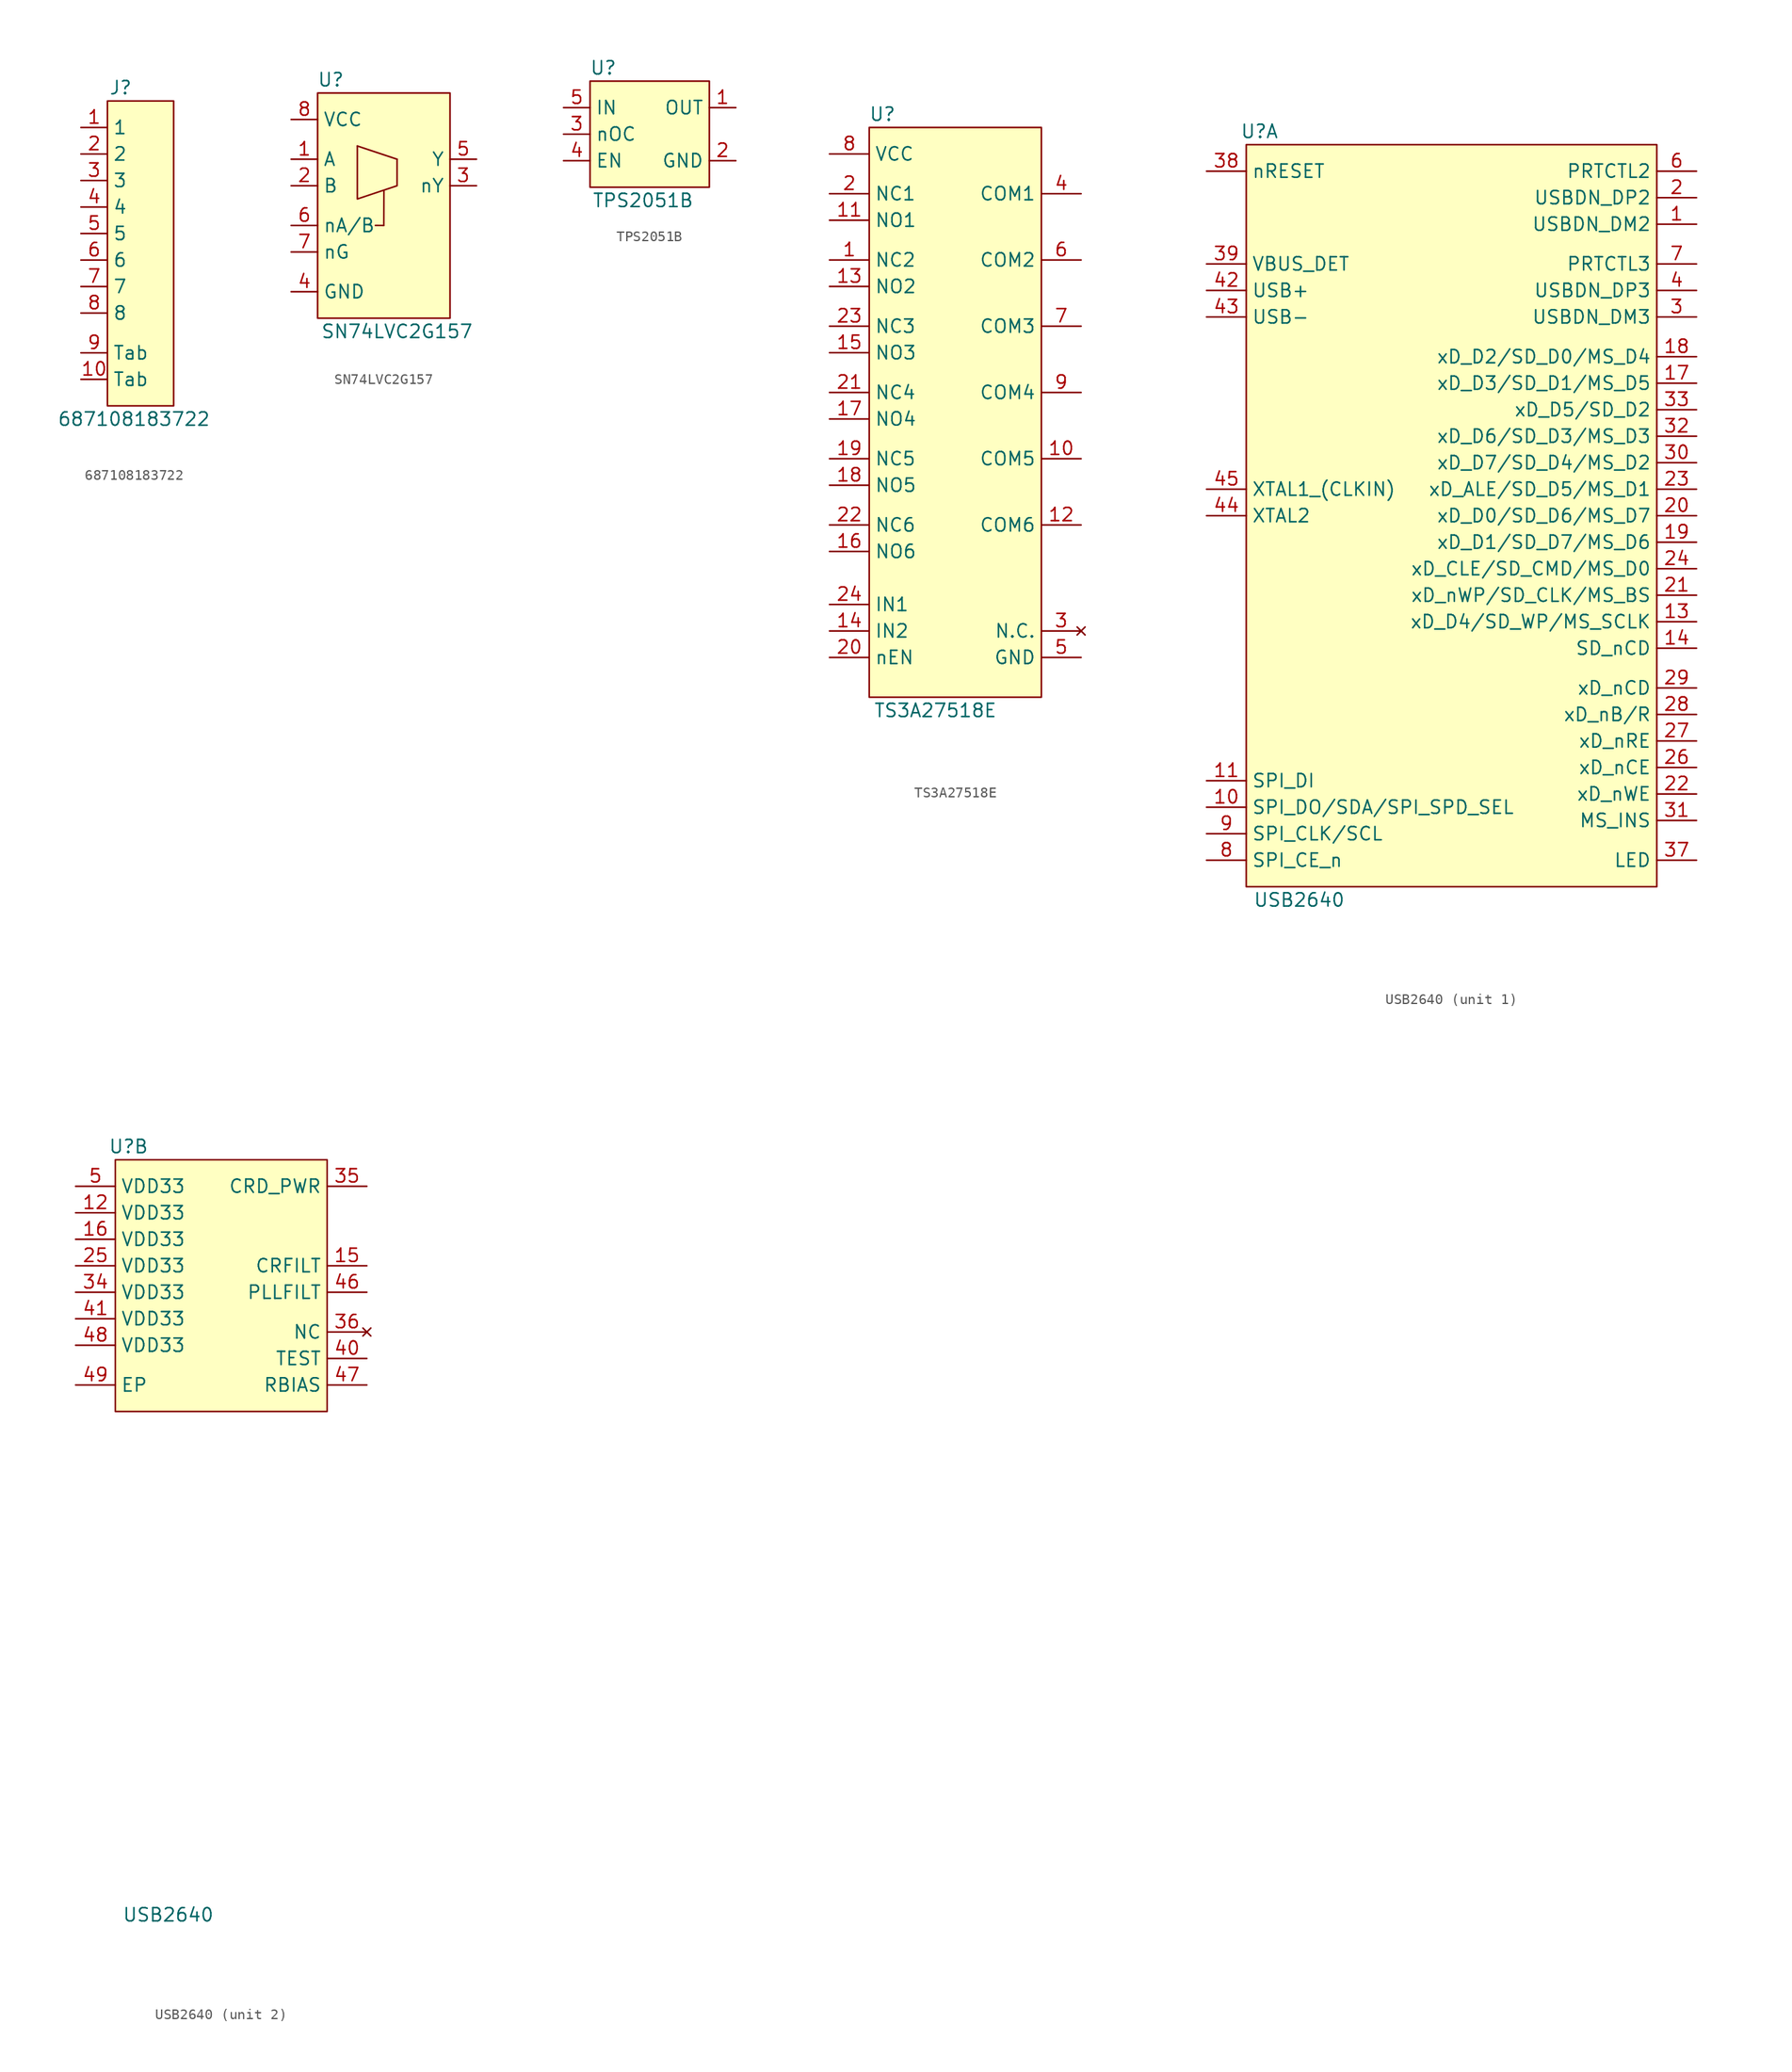
<source format=kicad_sym>
(kicad_symbol_lib
  (version 20211014)
  (generator kicad_symbol_editor)
  (symbol "687108183722"
    (property "Reference" "J"
      (at 1.27 1.27 0)
      (effects (font (size 1.27 1.27))))
    (property "Value" "687108183722"
      (at 2.54 -30.48 0)
      (effects (font (size 1.27 1.27))))
    (symbol "687108183722_0_1"
      (rectangle (start 0 0) (end 6.35 -29.21) (stroke (width 0.152) (type default) (color 0 0 0 0)) (fill (type background))))
    (symbol "687108183722_1_1"
      (pin passive line (at -2.54 -2.54 0) (length 2.54) (name "1" (effects (font (size 1.27 1.27)))) (number "1" (effects (font (size 1.27 1.27)))))
      (pin passive line (at -2.54 -26.67 0) (length 2.54) (name "Tab" (effects (font (size 1.27 1.27)))) (number "10" (effects (font (size 1.27 1.27)))))
      (pin passive line (at -2.54 -5.08 0) (length 2.54) (name "2" (effects (font (size 1.27 1.27)))) (number "2" (effects (font (size 1.27 1.27)))))
      (pin passive line (at -2.54 -7.62 0) (length 2.54) (name "3" (effects (font (size 1.27 1.27)))) (number "3" (effects (font (size 1.27 1.27)))))
      (pin passive line (at -2.54 -10.16 0) (length 2.54) (name "4" (effects (font (size 1.27 1.27)))) (number "4" (effects (font (size 1.27 1.27)))))
      (pin passive line (at -2.54 -12.7 0) (length 2.54) (name "5" (effects (font (size 1.27 1.27)))) (number "5" (effects (font (size 1.27 1.27)))))
      (pin passive line (at -2.54 -15.24 0) (length 2.54) (name "6" (effects (font (size 1.27 1.27)))) (number "6" (effects (font (size 1.27 1.27)))))
      (pin passive line (at -2.54 -17.78 0) (length 2.54) (name "7" (effects (font (size 1.27 1.27)))) (number "7" (effects (font (size 1.27 1.27)))))
      (pin passive line (at -2.54 -20.32 0) (length 2.54) (name "8" (effects (font (size 1.27 1.27)))) (number "8" (effects (font (size 1.27 1.27)))))
      (pin passive line (at -2.54 -24.13 0) (length 2.54) (name "Tab" (effects (font (size 1.27 1.27)))) (number "9" (effects (font (size 1.27 1.27)))))))
  (symbol "SN74LVC2G157"
    (property "Reference" "U"
      (at 1.27 1.27 0)
      (effects (font (size 1.27 1.27))))
    (property "Value" "SN74LVC2G157"
      (at 7.62 -22.86 0)
      (effects (font (size 1.27 1.27))))
    (symbol "SN74LVC2G157_0_1"
      (polyline (pts (xy 3.81 -5.08) (xy 7.62 -6.35)) (stroke (width 0.152) (type default) (color 0 0 0 0)) (fill (type none)))
      (polyline (pts (xy 6.35 -12.7) (xy 5.539 -12.695)) (stroke (width 0.152) (type default) (color 0 0 0 0)) (fill (type none)))
      (polyline (pts (xy 6.35 -12.7) (xy 6.361 -9.349)) (stroke (width 0.152) (type default) (color 0 0 0 0)) (fill (type none)))
      (polyline (pts (xy 3.81 -5.08) (xy 3.81 -10.16) (xy 7.62 -8.89) (xy 7.62 -6.35)) (stroke (width 0.152) (type default) (color 0 0 0 0)) (fill (type none)))
      (rectangle (start 0 0) (end 12.7 -21.59) (stroke (width 0.152) (type default) (color 0 0 0 0)) (fill (type background))))
    (symbol "SN74LVC2G157_1_1"
      (pin input line (at -2.54 -6.35 0) (length 2.54) (name "A" (effects (font (size 1.27 1.27)))) (number "1" (effects (font (size 1.27 1.27)))))
      (pin input line (at -2.54 -8.89 0) (length 2.54) (name "B" (effects (font (size 1.27 1.27)))) (number "2" (effects (font (size 1.27 1.27)))))
      (pin output line (at 15.24 -8.89 180) (length 2.54) (name "nY" (effects (font (size 1.27 1.27)))) (number "3" (effects (font (size 1.27 1.27)))))
      (pin power_in line (at -2.54 -19.05 0) (length 2.54) (name "GND" (effects (font (size 1.27 1.27)))) (number "4" (effects (font (size 1.27 1.27)))))
      (pin output line (at 15.24 -6.35 180) (length 2.54) (name "Y" (effects (font (size 1.27 1.27)))) (number "5" (effects (font (size 1.27 1.27)))))
      (pin input line (at -2.54 -12.7 0) (length 2.54) (name "nA/B" (effects (font (size 1.27 1.27)))) (number "6" (effects (font (size 1.27 1.27)))))
      (pin input line (at -2.54 -15.24 0) (length 2.54) (name "nG" (effects (font (size 1.27 1.27)))) (number "7" (effects (font (size 1.27 1.27)))))
      (pin power_in line (at -2.54 -2.54 0) (length 2.54) (name "VCC" (effects (font (size 1.27 1.27)))) (number "8" (effects (font (size 1.27 1.27)))))))
  (symbol "TPS2051B"
    (property "Reference" "U"
      (at 1.27 1.27 0)
      (effects (font (size 1.27 1.27))))
    (property "Value" "TPS2051B"
      (at 5.08 -11.43 0)
      (effects (font (size 1.27 1.27))))
    (symbol "TPS2051B_0_1"
      (rectangle (start 0 0) (end 11.43 -10.16) (stroke (width 0.152) (type default) (color 0 0 0 0)) (fill (type background))))
    (symbol "TPS2051B_1_1"
      (pin passive line (at 13.97 -2.54 180) (length 2.54) (name "OUT" (effects (font (size 1.27 1.27)))) (number "1" (effects (font (size 1.27 1.27)))))
      (pin input line (at 13.97 -7.62 180) (length 2.54) (name "GND" (effects (font (size 1.27 1.27)))) (number "2" (effects (font (size 1.27 1.27)))))
      (pin input line (at -2.54 -5.08 0) (length 2.54) (name "nOC" (effects (font (size 1.27 1.27)))) (number "3" (effects (font (size 1.27 1.27)))))
      (pin input line (at -2.54 -7.62 0) (length 2.54) (name "EN" (effects (font (size 1.27 1.27)))) (number "4" (effects (font (size 1.27 1.27)))))
      (pin passive line (at -2.54 -2.54 0) (length 2.54) (name "IN" (effects (font (size 1.27 1.27)))) (number "5" (effects (font (size 1.27 1.27)))))))
  (symbol "TS3A27518E"
    (property "Reference" "U"
      (at 1.27 1.27 0)
      (effects (font (size 1.27 1.27))))
    (property "Value" "TS3A27518E"
      (at 6.35 -55.88 0)
      (effects (font (size 1.27 1.27))))
    (symbol "TS3A27518E_0_1"
      (rectangle (start 0 0) (end 16.51 -54.61) (stroke (width 0.152) (type default) (color 0 0 0 0)) (fill (type background))))
    (symbol "TS3A27518E_1_1"
      (pin bidirectional line (at -3.81 -12.7 0) (length 3.81) (name "NC2" (effects (font (size 1.27 1.27)))) (number "1" (effects (font (size 1.27 1.27)))))
      (pin bidirectional line (at 20.32 -31.75 180) (length 3.81) (name "COM5" (effects (font (size 1.27 1.27)))) (number "10" (effects (font (size 1.27 1.27)))))
      (pin bidirectional line (at -3.81 -8.89 0) (length 3.81) (name "NO1" (effects (font (size 1.27 1.27)))) (number "11" (effects (font (size 1.27 1.27)))))
      (pin bidirectional line (at 20.32 -38.1 180) (length 3.81) (name "COM6" (effects (font (size 1.27 1.27)))) (number "12" (effects (font (size 1.27 1.27)))))
      (pin bidirectional line (at -3.81 -15.24 0) (length 3.81) (name "NO2" (effects (font (size 1.27 1.27)))) (number "13" (effects (font (size 1.27 1.27)))))
      (pin input line (at -3.81 -48.26 0) (length 3.81) (name "IN2" (effects (font (size 1.27 1.27)))) (number "14" (effects (font (size 1.27 1.27)))))
      (pin bidirectional line (at -3.81 -21.59 0) (length 3.81) (name "NO3" (effects (font (size 1.27 1.27)))) (number "15" (effects (font (size 1.27 1.27)))))
      (pin bidirectional line (at -3.81 -40.64 0) (length 3.81) (name "NO6" (effects (font (size 1.27 1.27)))) (number "16" (effects (font (size 1.27 1.27)))))
      (pin bidirectional line (at -3.81 -27.94 0) (length 3.81) (name "NO4" (effects (font (size 1.27 1.27)))) (number "17" (effects (font (size 1.27 1.27)))))
      (pin bidirectional line (at -3.81 -34.29 0) (length 3.81) (name "NO5" (effects (font (size 1.27 1.27)))) (number "18" (effects (font (size 1.27 1.27)))))
      (pin bidirectional line (at -3.81 -31.75 0) (length 3.81) (name "NC5" (effects (font (size 1.27 1.27)))) (number "19" (effects (font (size 1.27 1.27)))))
      (pin bidirectional line (at -3.81 -6.35 0) (length 3.81) (name "NC1" (effects (font (size 1.27 1.27)))) (number "2" (effects (font (size 1.27 1.27)))))
      (pin input line (at -3.81 -50.8 0) (length 3.81) (name "nEN" (effects (font (size 1.27 1.27)))) (number "20" (effects (font (size 1.27 1.27)))))
      (pin bidirectional line (at -3.81 -25.4 0) (length 3.81) (name "NC4" (effects (font (size 1.27 1.27)))) (number "21" (effects (font (size 1.27 1.27)))))
      (pin bidirectional line (at -3.81 -38.1 0) (length 3.81) (name "NC6" (effects (font (size 1.27 1.27)))) (number "22" (effects (font (size 1.27 1.27)))))
      (pin bidirectional line (at -3.81 -19.05 0) (length 3.81) (name "NC3" (effects (font (size 1.27 1.27)))) (number "23" (effects (font (size 1.27 1.27)))))
      (pin input line (at -3.81 -45.72 0) (length 3.81) (name "IN1" (effects (font (size 1.27 1.27)))) (number "24" (effects (font (size 1.27 1.27)))))
      (pin no_connect line (at 20.32 -48.26 180) (length 3.81) (name "N.C." (effects (font (size 1.27 1.27)))) (number "3" (effects (font (size 1.27 1.27)))))
      (pin bidirectional line (at 20.32 -6.35 180) (length 3.81) (name "COM1" (effects (font (size 1.27 1.27)))) (number "4" (effects (font (size 1.27 1.27)))))
      (pin power_in line (at 20.32 -50.8 180) (length 3.81) (name "GND" (effects (font (size 1.27 1.27)))) (number "5" (effects (font (size 1.27 1.27)))))
      (pin bidirectional line (at 20.32 -12.7 180) (length 3.81) (name "COM2" (effects (font (size 1.27 1.27)))) (number "6" (effects (font (size 1.27 1.27)))))
      (pin bidirectional line (at 20.32 -19.05 180) (length 3.81) (name "COM3" (effects (font (size 1.27 1.27)))) (number "7" (effects (font (size 1.27 1.27)))))
      (pin power_in line (at -3.81 -2.54 0) (length 3.81) (name "VCC" (effects (font (size 1.27 1.27)))) (number "8" (effects (font (size 1.27 1.27)))))
      (pin bidirectional line (at 20.32 -25.4 180) (length 3.81) (name "COM4" (effects (font (size 1.27 1.27)))) (number "9" (effects (font (size 1.27 1.27)))))))
  (symbol "USB2640"
    (property "Reference" "U"
      (at 1.27 1.27 0)
      (effects (font (size 1.27 1.27))))
    (property "Value" "USB2640"
      (at 5.08 -72.39 0)
      (effects (font (size 1.27 1.27))))
    (property "ki_locked" ""
      (at 0 0 0)
      (effects (font (size 1.27 1.27))))
    (symbol "USB2640_1_1"
      (rectangle (start 0 0) (end 39.37 -71.12) (stroke (width 0.152) (type default) (color 0 0 0 0)) (fill (type background)))
      (pin bidirectional line (at 43.18 -7.62 180) (length 3.81) (name "USBDN_DM2" (effects (font (size 1.27 1.27)))) (number "1" (effects (font (size 1.27 1.27)))))
      (pin bidirectional line (at -3.81 -63.5 0) (length 3.81) (name "SPI_DO/SDA/SPI_SPD_SEL" (effects (font (size 1.27 1.27)))) (number "10" (effects (font (size 1.27 1.27)))))
      (pin input line (at -3.81 -60.96 0) (length 3.81) (name "SPI_DI" (effects (font (size 1.27 1.27)))) (number "11" (effects (font (size 1.27 1.27)))))
      (pin bidirectional line (at 43.18 -45.72 180) (length 3.81) (name "xD_D4/SD_WP/MS_SCLK" (effects (font (size 1.27 1.27)))) (number "13" (effects (font (size 1.27 1.27)))))
      (pin input line (at 43.18 -48.26 180) (length 3.81) (name "SD_nCD" (effects (font (size 1.27 1.27)))) (number "14" (effects (font (size 1.27 1.27)))))
      (pin bidirectional line (at 43.18 -22.86 180) (length 3.81) (name "xD_D3/SD_D1/MS_D5" (effects (font (size 1.27 1.27)))) (number "17" (effects (font (size 1.27 1.27)))))
      (pin bidirectional line (at 43.18 -20.32 180) (length 3.81) (name "xD_D2/SD_D0/MS_D4" (effects (font (size 1.27 1.27)))) (number "18" (effects (font (size 1.27 1.27)))))
      (pin bidirectional line (at 43.18 -38.1 180) (length 3.81) (name "xD_D1/SD_D7/MS_D6" (effects (font (size 1.27 1.27)))) (number "19" (effects (font (size 1.27 1.27)))))
      (pin bidirectional line (at 43.18 -5.08 180) (length 3.81) (name "USBDN_DP2" (effects (font (size 1.27 1.27)))) (number "2" (effects (font (size 1.27 1.27)))))
      (pin bidirectional line (at 43.18 -35.56 180) (length 3.81) (name "xD_D0/SD_D6/MS_D7" (effects (font (size 1.27 1.27)))) (number "20" (effects (font (size 1.27 1.27)))))
      (pin bidirectional line (at 43.18 -43.18 180) (length 3.81) (name "xD_nWP/SD_CLK/MS_BS" (effects (font (size 1.27 1.27)))) (number "21" (effects (font (size 1.27 1.27)))))
      (pin output line (at 43.18 -62.23 180) (length 3.81) (name "xD_nWE" (effects (font (size 1.27 1.27)))) (number "22" (effects (font (size 1.27 1.27)))))
      (pin bidirectional line (at 43.18 -33.02 180) (length 3.81) (name "xD_ALE/SD_D5/MS_D1" (effects (font (size 1.27 1.27)))) (number "23" (effects (font (size 1.27 1.27)))))
      (pin bidirectional line (at 43.18 -40.64 180) (length 3.81) (name "xD_CLE/SD_CMD/MS_D0" (effects (font (size 1.27 1.27)))) (number "24" (effects (font (size 1.27 1.27)))))
      (pin output line (at 43.18 -59.69 180) (length 3.81) (name "xD_nCE" (effects (font (size 1.27 1.27)))) (number "26" (effects (font (size 1.27 1.27)))))
      (pin output line (at 43.18 -57.15 180) (length 3.81) (name "xD_nRE" (effects (font (size 1.27 1.27)))) (number "27" (effects (font (size 1.27 1.27)))))
      (pin input line (at 43.18 -54.61 180) (length 3.81) (name "xD_nB/R" (effects (font (size 1.27 1.27)))) (number "28" (effects (font (size 1.27 1.27)))))
      (pin bidirectional line (at 43.18 -52.07 180) (length 3.81) (name "xD_nCD" (effects (font (size 1.27 1.27)))) (number "29" (effects (font (size 1.27 1.27)))))
      (pin bidirectional line (at 43.18 -16.51 180) (length 3.81) (name "USBDN_DM3" (effects (font (size 1.27 1.27)))) (number "3" (effects (font (size 1.27 1.27)))))
      (pin bidirectional line (at 43.18 -30.48 180) (length 3.81) (name "xD_D7/SD_D4/MS_D2" (effects (font (size 1.27 1.27)))) (number "30" (effects (font (size 1.27 1.27)))))
      (pin bidirectional line (at 43.18 -64.77 180) (length 3.81) (name "MS_INS" (effects (font (size 1.27 1.27)))) (number "31" (effects (font (size 1.27 1.27)))))
      (pin bidirectional line (at 43.18 -27.94 180) (length 3.81) (name "xD_D6/SD_D3/MS_D3" (effects (font (size 1.27 1.27)))) (number "32" (effects (font (size 1.27 1.27)))))
      (pin bidirectional line (at 43.18 -25.4 180) (length 3.81) (name "xD_D5/SD_D2" (effects (font (size 1.27 1.27)))) (number "33" (effects (font (size 1.27 1.27)))))
      (pin output line (at 43.18 -68.58 180) (length 3.81) (name "LED" (effects (font (size 1.27 1.27)))) (number "37" (effects (font (size 1.27 1.27)))))
      (pin input line (at -3.81 -2.54 0) (length 3.81) (name "nRESET" (effects (font (size 1.27 1.27)))) (number "38" (effects (font (size 1.27 1.27)))))
      (pin input line (at -3.81 -11.43 0) (length 3.81) (name "VBUS_DET" (effects (font (size 1.27 1.27)))) (number "39" (effects (font (size 1.27 1.27)))))
      (pin bidirectional line (at 43.18 -13.97 180) (length 3.81) (name "USBDN_DP3" (effects (font (size 1.27 1.27)))) (number "4" (effects (font (size 1.27 1.27)))))
      (pin bidirectional line (at -3.81 -13.97 0) (length 3.81) (name "USB+" (effects (font (size 1.27 1.27)))) (number "42" (effects (font (size 1.27 1.27)))))
      (pin bidirectional line (at -3.81 -16.51 0) (length 3.81) (name "USB-" (effects (font (size 1.27 1.27)))) (number "43" (effects (font (size 1.27 1.27)))))
      (pin passive line (at -3.81 -35.56 0) (length 3.81) (name "XTAL2" (effects (font (size 1.27 1.27)))) (number "44" (effects (font (size 1.27 1.27)))))
      (pin passive line (at -3.81 -33.02 0) (length 3.81) (name "XTAL1_(CLKIN)" (effects (font (size 1.27 1.27)))) (number "45" (effects (font (size 1.27 1.27)))))
      (pin bidirectional line (at 43.18 -2.54 180) (length 3.81) (name "PRTCTL2" (effects (font (size 1.27 1.27)))) (number "6" (effects (font (size 1.27 1.27)))))
      (pin bidirectional line (at 43.18 -11.43 180) (length 3.81) (name "PRTCTL3" (effects (font (size 1.27 1.27)))) (number "7" (effects (font (size 1.27 1.27)))))
      (pin input line (at -3.81 -68.58 0) (length 3.81) (name "SPI_CE_n" (effects (font (size 1.27 1.27)))) (number "8" (effects (font (size 1.27 1.27)))))
      (pin bidirectional line (at -3.81 -66.04 0) (length 3.81) (name "SPI_CLK/SCL" (effects (font (size 1.27 1.27)))) (number "9" (effects (font (size 1.27 1.27))))))
    (symbol "USB2640_2_1"
      (rectangle (start 0 0) (end 20.32 -24.13) (stroke (width 0.152) (type default) (color 0 0 0 0)) (fill (type background)))
      (pin power_in line (at -3.81 -5.08 0) (length 3.81) (name "VDD33" (effects (font (size 1.27 1.27)))) (number "12" (effects (font (size 1.27 1.27)))))
      (pin passive line (at 24.13 -10.16 180) (length 3.81) (name "CRFILT" (effects (font (size 1.27 1.27)))) (number "15" (effects (font (size 1.27 1.27)))))
      (pin power_in line (at -3.81 -7.62 0) (length 3.81) (name "VDD33" (effects (font (size 1.27 1.27)))) (number "16" (effects (font (size 1.27 1.27)))))
      (pin power_in line (at -3.81 -10.16 0) (length 3.81) (name "VDD33" (effects (font (size 1.27 1.27)))) (number "25" (effects (font (size 1.27 1.27)))))
      (pin power_in line (at -3.81 -12.7 0) (length 3.81) (name "VDD33" (effects (font (size 1.27 1.27)))) (number "34" (effects (font (size 1.27 1.27)))))
      (pin power_out line (at 24.13 -2.54 180) (length 3.81) (name "CRD_PWR" (effects (font (size 1.27 1.27)))) (number "35" (effects (font (size 1.27 1.27)))))
      (pin no_connect line (at 24.13 -16.51 180) (length 3.81) (name "NC" (effects (font (size 1.27 1.27)))) (number "36" (effects (font (size 1.27 1.27)))))
      (pin input line (at 24.13 -19.05 180) (length 3.81) (name "TEST" (effects (font (size 1.27 1.27)))) (number "40" (effects (font (size 1.27 1.27)))))
      (pin power_in line (at -3.81 -15.24 0) (length 3.81) (name "VDD33" (effects (font (size 1.27 1.27)))) (number "41" (effects (font (size 1.27 1.27)))))
      (pin passive line (at 24.13 -12.7 180) (length 3.81) (name "PLLFILT" (effects (font (size 1.27 1.27)))) (number "46" (effects (font (size 1.27 1.27)))))
      (pin passive line (at 24.13 -21.59 180) (length 3.81) (name "RBIAS" (effects (font (size 1.27 1.27)))) (number "47" (effects (font (size 1.27 1.27)))))
      (pin passive line (at -3.81 -17.78 0) (length 3.81) (name "VDD33" (effects (font (size 1.27 1.27)))) (number "48" (effects (font (size 1.27 1.27)))))
      (pin power_in line (at -3.81 -21.59 0) (length 3.81) (name "EP" (effects (font (size 1.27 1.27)))) (number "49" (effects (font (size 1.27 1.27)))))
      (pin power_in line (at -3.81 -2.54 0) (length 3.81) (name "VDD33" (effects (font (size 1.27 1.27)))) (number "5" (effects (font (size 1.27 1.27))))))))
</source>
